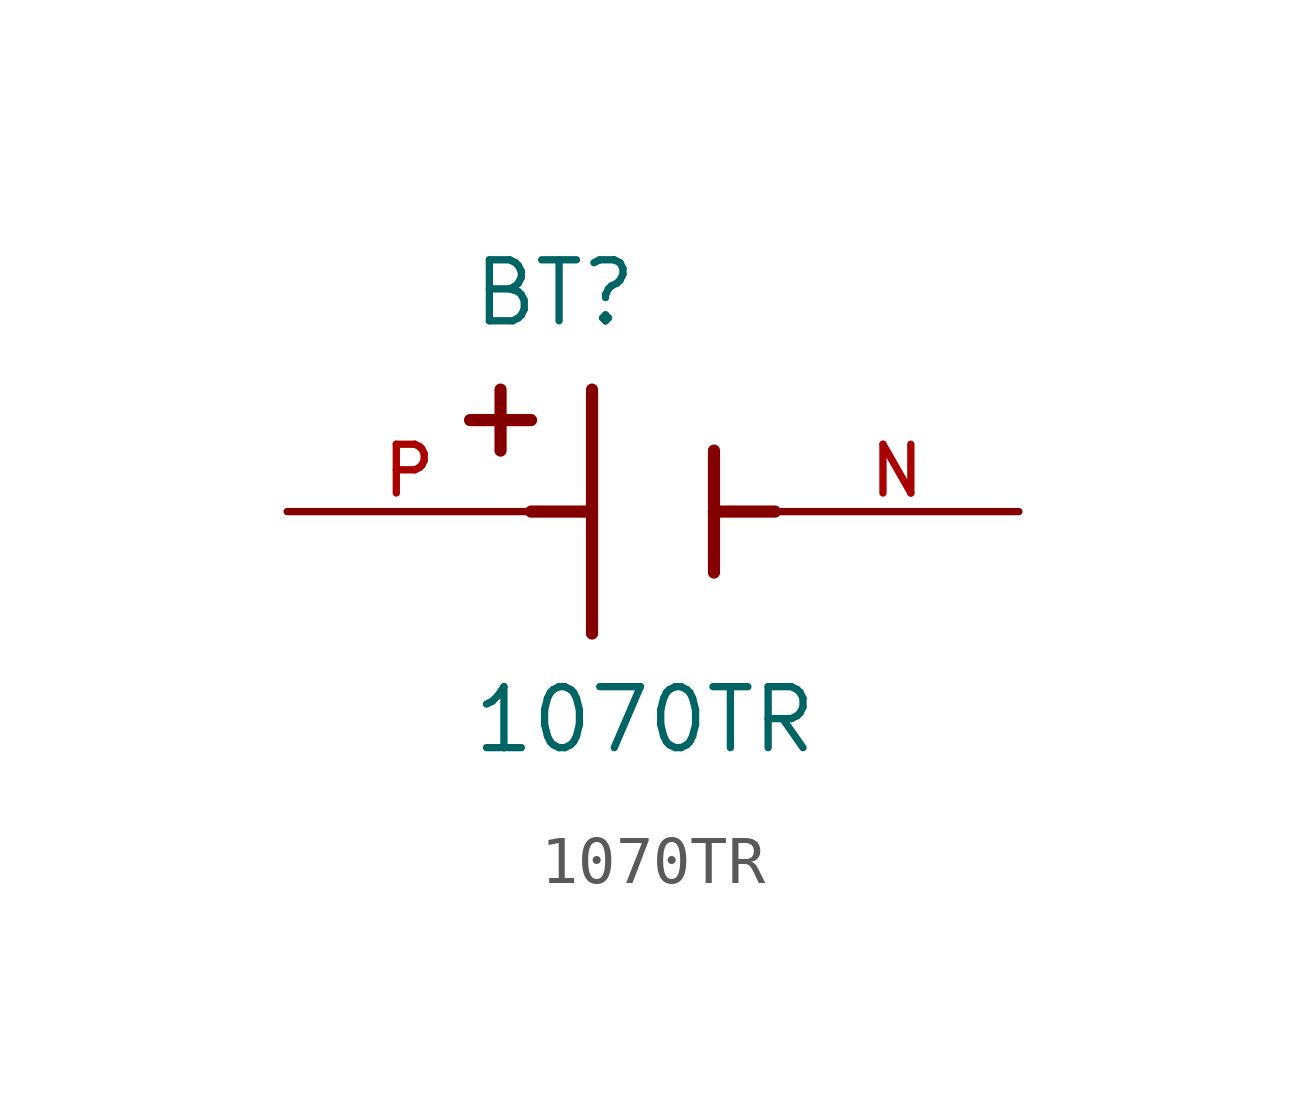
<source format=kicad_sym>
(kicad_symbol_lib
  (version 20211014)
  (generator kicad_symbol_editor)
  (symbol "1070TR"
    (pin_names
      (offset 1.016))
    (property "Reference" "BT"
      (at -3.81 3.81 0)
      (effects (font (size 1.27 1.27)) (justify bottom left)))
    (property "Value" "1070TR"
      (at -3.81 -5.08 0)
      (effects (font (size 1.27 1.27)) (justify bottom left)))
    (symbol "1070TR_0_0"
      (polyline (pts (xy -1.27 2.54) (xy -1.27 0.0)) (stroke (width 0.254)))
      (polyline (pts (xy -1.27 0.0) (xy -1.27 -2.54)) (stroke (width 0.254)))
      (polyline (pts (xy 1.27 1.27) (xy 1.27 0.0)) (stroke (width 0.254)))
      (polyline (pts (xy 1.27 0.0) (xy 1.27 -1.27)) (stroke (width 0.254)))
      (polyline (pts (xy -1.27 0.0) (xy -2.54 0.0)) (stroke (width 0.254)))
      (polyline (pts (xy 1.27 0.0) (xy 2.54 0.0)) (stroke (width 0.254)))
      (polyline (pts (xy -3.175 2.54) (xy -3.175 1.27)) (stroke (width 0.254)))
      (polyline (pts (xy -3.81 1.905) (xy -2.54 1.905)) (stroke (width 0.254)))
      (pin passive line (at -7.62 0.0 0) (length 5.08) (name "~" (effects (font (size 1.016 1.016)))) (number "P" (effects (font (size 1.016 1.016)))))
      (pin passive line (at 7.62 0.0 180.0) (length 5.08) (name "~" (effects (font (size 1.016 1.016)))) (number "N" (effects (font (size 1.016 1.016))))))))
</source>
